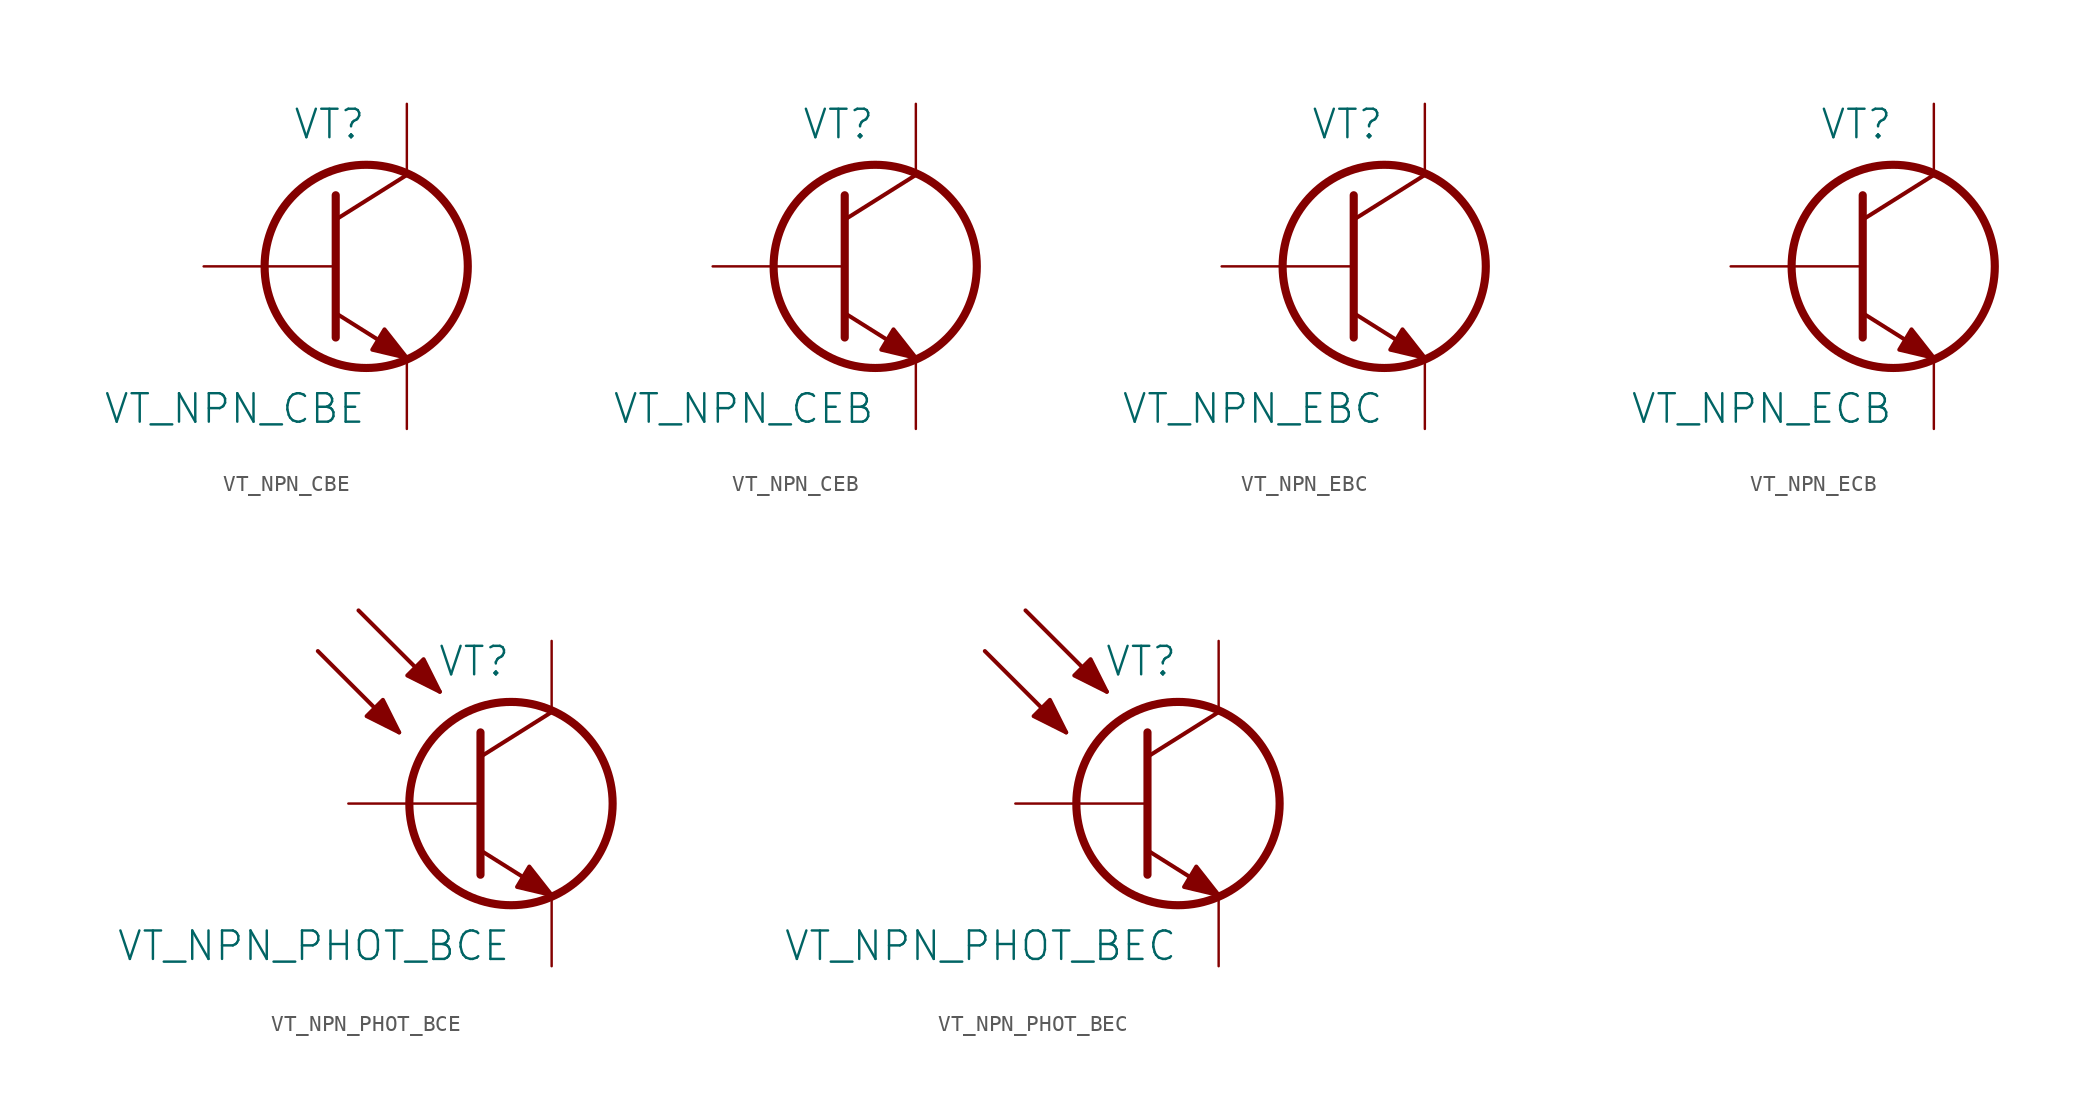
<source format=kicad_sym>
(kicad_symbol_lib
  (version 20211014)
  (generator kicad_symbol_editor)
  (symbol "VT_NPN_CBE"
    (pin_names
      (offset 0))
    (property "Reference" "VT"
      (at 0 8.89 0)
      (effects (font (size 1.778 1.778)) (justify right)))
    (property "Value" "VT_NPN_CBE"
      (at 0 -8.89 0)
      (effects (font (size 1.778 1.778)) (justify right)))
    (symbol "VT_NPN_CBE_0_1"
      (polyline (pts (xy -10.16 0) (xy -1.905 0)) (stroke (width 0) (type default) (color 0 0 0 0)) (fill (type none)))
      (polyline (pts (xy -1.905 -2.921) (xy 2.54 -5.715)) (stroke (width 0.254) (type default) (color 0 0 0 0)) (fill (type none)))
      (polyline (pts (xy 2.54 -5.715) (xy 2.54 -10.16)) (stroke (width 0) (type default) (color 0 0 0 0)) (fill (type none)))
      (polyline (pts (xy 2.54 5.715) (xy -1.905 2.921)) (stroke (width 0.254) (type default) (color 0 0 0 0)) (fill (type none)))
      (polyline (pts (xy 2.54 10.16) (xy 2.54 5.715)) (stroke (width 0) (type default) (color 0 0 0 0)) (fill (type none)))
      (polyline (pts (xy 2.54 -5.715) (xy 0.381 -5.207) (xy 1.143 -3.937) (xy 2.54 -5.715)) (stroke (width 0.254) (type default) (color 0 0 0 0)) (fill (type outline)))
      (circle (center 0 0) (radius 6.35) (stroke (width 0.508) (type default) (color 0 0 0 0)) (fill (type none))))
    (symbol "VT_NPN_CBE_1_1"
      (polyline (pts (xy -1.905 4.445) (xy -1.905 -4.445)) (stroke (width 0.508) (type default) (color 0 0 0 0)) (fill (type none)))
      (pin passive line (at 2.54 10.16 270) (length 2.54) hide (name "C" (effects (font (size 1.27 1.27)))) (number "1" (effects (font (size 1.27 1.27)))))
      (pin passive line (at -10.16 0 0) (length 2.54) hide (name "B" (effects (font (size 1.27 1.27)))) (number "2" (effects (font (size 1.27 1.27)))))
      (pin passive line (at 2.54 -10.16 90) (length 2.54) hide (name "E" (effects (font (size 1.27 1.27)))) (number "3" (effects (font (size 1.27 1.27)))))))
  (symbol "VT_NPN_CEB"
    (pin_names
      (offset 0))
    (property "Reference" "VT"
      (at 0 8.89 0)
      (effects (font (size 1.778 1.778)) (justify right)))
    (property "Value" "VT_NPN_CEB"
      (at 0 -8.89 0)
      (effects (font (size 1.778 1.778)) (justify right)))
    (symbol "VT_NPN_CEB_0_1"
      (polyline (pts (xy -10.16 0) (xy -1.905 0)) (stroke (width 0) (type default) (color 0 0 0 0)) (fill (type none)))
      (polyline (pts (xy -1.905 -2.921) (xy 2.54 -5.715)) (stroke (width 0.254) (type default) (color 0 0 0 0)) (fill (type none)))
      (polyline (pts (xy 2.54 -5.715) (xy 2.54 -10.16)) (stroke (width 0) (type default) (color 0 0 0 0)) (fill (type none)))
      (polyline (pts (xy 2.54 5.715) (xy -1.905 2.921)) (stroke (width 0.254) (type default) (color 0 0 0 0)) (fill (type none)))
      (polyline (pts (xy 2.54 10.16) (xy 2.54 5.715)) (stroke (width 0) (type default) (color 0 0 0 0)) (fill (type none)))
      (polyline (pts (xy 2.54 -5.715) (xy 0.381 -5.207) (xy 1.143 -3.937) (xy 2.54 -5.715)) (stroke (width 0.254) (type default) (color 0 0 0 0)) (fill (type outline)))
      (circle (center 0 0) (radius 6.35) (stroke (width 0.508) (type default) (color 0 0 0 0)) (fill (type none))))
    (symbol "VT_NPN_CEB_1_1"
      (polyline (pts (xy -1.905 4.445) (xy -1.905 -4.445)) (stroke (width 0.508) (type default) (color 0 0 0 0)) (fill (type none)))
      (pin passive line (at 2.54 10.16 270) (length 2.54) hide (name "C" (effects (font (size 1.27 1.27)))) (number "1" (effects (font (size 1.27 1.27)))))
      (pin passive line (at 2.54 -10.16 90) (length 2.54) hide (name "E" (effects (font (size 1.27 1.27)))) (number "2" (effects (font (size 1.27 1.27)))))
      (pin passive line (at -10.16 0 0) (length 2.54) hide (name "B" (effects (font (size 1.27 1.27)))) (number "3" (effects (font (size 1.27 1.27)))))))
  (symbol "VT_NPN_EBC"
    (pin_names
      (offset 0))
    (property "Reference" "VT"
      (at 0 8.89 0)
      (effects (font (size 1.778 1.778)) (justify right)))
    (property "Value" "VT_NPN_EBC"
      (at 0 -8.89 0)
      (effects (font (size 1.778 1.778)) (justify right)))
    (symbol "VT_NPN_EBC_0_1"
      (polyline (pts (xy -10.16 0) (xy -1.905 0)) (stroke (width 0) (type default) (color 0 0 0 0)) (fill (type none)))
      (polyline (pts (xy -1.905 -2.921) (xy 2.54 -5.715)) (stroke (width 0.254) (type default) (color 0 0 0 0)) (fill (type none)))
      (polyline (pts (xy 2.54 -5.715) (xy 2.54 -10.16)) (stroke (width 0) (type default) (color 0 0 0 0)) (fill (type none)))
      (polyline (pts (xy 2.54 5.715) (xy -1.905 2.921)) (stroke (width 0.254) (type default) (color 0 0 0 0)) (fill (type none)))
      (polyline (pts (xy 2.54 10.16) (xy 2.54 5.715)) (stroke (width 0) (type default) (color 0 0 0 0)) (fill (type none)))
      (polyline (pts (xy 2.54 -5.715) (xy 0.381 -5.207) (xy 1.143 -3.937) (xy 2.54 -5.715)) (stroke (width 0.254) (type default) (color 0 0 0 0)) (fill (type outline)))
      (circle (center 0 0) (radius 6.35) (stroke (width 0.508) (type default) (color 0 0 0 0)) (fill (type none))))
    (symbol "VT_NPN_EBC_1_1"
      (polyline (pts (xy -1.905 4.445) (xy -1.905 -4.445)) (stroke (width 0.508) (type default) (color 0 0 0 0)) (fill (type none)))
      (pin passive line (at 2.54 -10.16 90) (length 2.54) hide (name "E" (effects (font (size 1.27 1.27)))) (number "1" (effects (font (size 1.27 1.27)))))
      (pin passive line (at -10.16 0 0) (length 2.54) hide (name "B" (effects (font (size 1.27 1.27)))) (number "2" (effects (font (size 1.27 1.27)))))
      (pin passive line (at 2.54 10.16 270) (length 2.54) hide (name "C" (effects (font (size 1.27 1.27)))) (number "3" (effects (font (size 1.27 1.27)))))))
  (symbol "VT_NPN_ECB"
    (pin_names
      (offset 0))
    (property "Reference" "VT"
      (at 0 8.89 0)
      (effects (font (size 1.778 1.778)) (justify right)))
    (property "Value" "VT_NPN_ECB"
      (at 0 -8.89 0)
      (effects (font (size 1.778 1.778)) (justify right)))
    (symbol "VT_NPN_ECB_0_1"
      (polyline (pts (xy -10.16 0) (xy -1.905 0)) (stroke (width 0) (type default) (color 0 0 0 0)) (fill (type none)))
      (polyline (pts (xy -1.905 -2.921) (xy 2.54 -5.715)) (stroke (width 0.254) (type default) (color 0 0 0 0)) (fill (type none)))
      (polyline (pts (xy 2.54 -5.715) (xy 2.54 -10.16)) (stroke (width 0) (type default) (color 0 0 0 0)) (fill (type none)))
      (polyline (pts (xy 2.54 5.715) (xy -1.905 2.921)) (stroke (width 0.254) (type default) (color 0 0 0 0)) (fill (type none)))
      (polyline (pts (xy 2.54 10.16) (xy 2.54 5.715)) (stroke (width 0) (type default) (color 0 0 0 0)) (fill (type none)))
      (polyline (pts (xy 2.54 -5.715) (xy 0.381 -5.207) (xy 1.143 -3.937) (xy 2.54 -5.715)) (stroke (width 0.254) (type default) (color 0 0 0 0)) (fill (type outline)))
      (circle (center 0 0) (radius 6.35) (stroke (width 0.508) (type default) (color 0 0 0 0)) (fill (type none))))
    (symbol "VT_NPN_ECB_1_1"
      (polyline (pts (xy -1.905 4.445) (xy -1.905 -4.445)) (stroke (width 0.508) (type default) (color 0 0 0 0)) (fill (type none)))
      (pin passive line (at 2.54 -10.16 90) (length 2.54) hide (name "E" (effects (font (size 1.27 1.27)))) (number "1" (effects (font (size 1.27 1.27)))))
      (pin passive line (at 2.54 10.16 270) (length 2.54) hide (name "C" (effects (font (size 1.27 1.27)))) (number "2" (effects (font (size 1.27 1.27)))))
      (pin passive line (at -10.16 0 0) (length 2.54) hide (name "B" (effects (font (size 1.27 1.27)))) (number "3" (effects (font (size 1.27 1.27)))))))
  (symbol "VT_NPN_PHOT_BCE"
    (pin_names
      (offset 0))
    (property "Reference" "VT"
      (at 0 8.89 0)
      (effects (font (size 1.778 1.778)) (justify right)))
    (property "Value" "VT_NPN_PHOT_BCE"
      (at 0 -8.89 0)
      (effects (font (size 1.778 1.778)) (justify right)))
    (symbol "VT_NPN_PHOT_BCE_0_1"
      (polyline (pts (xy -12.065 9.525) (xy -6.985 4.445)) (stroke (width 0.254) (type default) (color 0 0 0 0)) (fill (type none)))
      (polyline (pts (xy -10.16 0) (xy -1.905 0)) (stroke (width 0) (type default) (color 0 0 0 0)) (fill (type none)))
      (polyline (pts (xy -9.525 12.065) (xy -4.445 6.985)) (stroke (width 0.254) (type default) (color 0 0 0 0)) (fill (type none)))
      (polyline (pts (xy -1.905 -2.921) (xy 2.54 -5.715)) (stroke (width 0.254) (type default) (color 0 0 0 0)) (fill (type none)))
      (polyline (pts (xy -1.905 4.445) (xy -1.905 -4.445)) (stroke (width 0.508) (type default) (color 0 0 0 0)) (fill (type none)))
      (polyline (pts (xy 2.54 -5.715) (xy 2.54 -10.16)) (stroke (width 0) (type default) (color 0 0 0 0)) (fill (type none)))
      (polyline (pts (xy 2.54 5.715) (xy -1.905 2.921)) (stroke (width 0.254) (type default) (color 0 0 0 0)) (fill (type none)))
      (polyline (pts (xy 2.54 10.16) (xy 2.54 5.715)) (stroke (width 0) (type default) (color 0 0 0 0)) (fill (type none)))
      (polyline (pts (xy -6.985 4.445) (xy -9.017 5.461) (xy -8.001 6.477) (xy -6.985 4.445)) (stroke (width 0.254) (type default) (color 0 0 0 0)) (fill (type outline)))
      (polyline (pts (xy -4.445 6.985) (xy -6.477 8.001) (xy -5.461 9.017) (xy -4.445 6.985)) (stroke (width 0.254) (type default) (color 0 0 0 0)) (fill (type outline)))
      (polyline (pts (xy 2.54 -5.715) (xy 0.381 -5.207) (xy 1.143 -3.937) (xy 2.54 -5.715)) (stroke (width 0.254) (type default) (color 0 0 0 0)) (fill (type outline)))
      (circle (center 0 0) (radius 6.35) (stroke (width 0.508) (type default) (color 0 0 0 0)) (fill (type none))))
    (symbol "VT_NPN_PHOT_BCE_1_1"
      (pin passive line (at -10.16 0 0) (length 2.54) hide (name "B" (effects (font (size 1.27 1.27)))) (number "1" (effects (font (size 1.27 1.27)))))
      (pin passive line (at 2.54 10.16 270) (length 2.54) hide (name "C" (effects (font (size 1.27 1.27)))) (number "2" (effects (font (size 1.27 1.27)))))
      (pin passive line (at 2.54 -10.16 90) (length 2.54) hide (name "E" (effects (font (size 1.27 1.27)))) (number "3" (effects (font (size 1.27 1.27)))))))
  (symbol "VT_NPN_PHOT_BEC"
    (pin_names
      (offset 0))
    (property "Reference" "VT"
      (at 0 8.89 0)
      (effects (font (size 1.778 1.778)) (justify right)))
    (property "Value" "VT_NPN_PHOT_BEC"
      (at 0 -8.89 0)
      (effects (font (size 1.778 1.778)) (justify right)))
    (symbol "VT_NPN_PHOT_BEC_0_1"
      (polyline (pts (xy -12.065 9.525) (xy -6.985 4.445)) (stroke (width 0.254) (type default) (color 0 0 0 0)) (fill (type none)))
      (polyline (pts (xy -10.16 0) (xy -1.905 0)) (stroke (width 0) (type default) (color 0 0 0 0)) (fill (type none)))
      (polyline (pts (xy -9.525 12.065) (xy -4.445 6.985)) (stroke (width 0.254) (type default) (color 0 0 0 0)) (fill (type none)))
      (polyline (pts (xy -1.905 -2.921) (xy 2.54 -5.715)) (stroke (width 0.254) (type default) (color 0 0 0 0)) (fill (type none)))
      (polyline (pts (xy -1.905 4.445) (xy -1.905 -4.445)) (stroke (width 0.508) (type default) (color 0 0 0 0)) (fill (type none)))
      (polyline (pts (xy 2.54 -5.715) (xy 2.54 -10.16)) (stroke (width 0) (type default) (color 0 0 0 0)) (fill (type none)))
      (polyline (pts (xy 2.54 5.715) (xy -1.905 2.921)) (stroke (width 0.254) (type default) (color 0 0 0 0)) (fill (type none)))
      (polyline (pts (xy 2.54 10.16) (xy 2.54 5.715)) (stroke (width 0) (type default) (color 0 0 0 0)) (fill (type none)))
      (polyline (pts (xy -6.985 4.445) (xy -9.017 5.461) (xy -8.001 6.477) (xy -6.985 4.445)) (stroke (width 0.254) (type default) (color 0 0 0 0)) (fill (type outline)))
      (polyline (pts (xy -4.445 6.985) (xy -6.477 8.001) (xy -5.461 9.017) (xy -4.445 6.985)) (stroke (width 0.254) (type default) (color 0 0 0 0)) (fill (type outline)))
      (polyline (pts (xy 2.54 -5.715) (xy 0.381 -5.207) (xy 1.143 -3.937) (xy 2.54 -5.715)) (stroke (width 0.254) (type default) (color 0 0 0 0)) (fill (type outline)))
      (circle (center 0 0) (radius 6.35) (stroke (width 0.508) (type default) (color 0 0 0 0)) (fill (type none))))
    (symbol "VT_NPN_PHOT_BEC_1_1"
      (pin passive line (at -10.16 0 0) (length 2.54) hide (name "B" (effects (font (size 1.27 1.27)))) (number "1" (effects (font (size 1.27 1.27)))))
      (pin passive line (at 2.54 -10.16 90) (length 2.54) hide (name "E" (effects (font (size 1.27 1.27)))) (number "2" (effects (font (size 1.27 1.27)))))
      (pin passive line (at 2.54 10.16 270) (length 2.54) hide (name "C" (effects (font (size 1.27 1.27)))) (number "3" (effects (font (size 1.27 1.27))))))))
</source>
